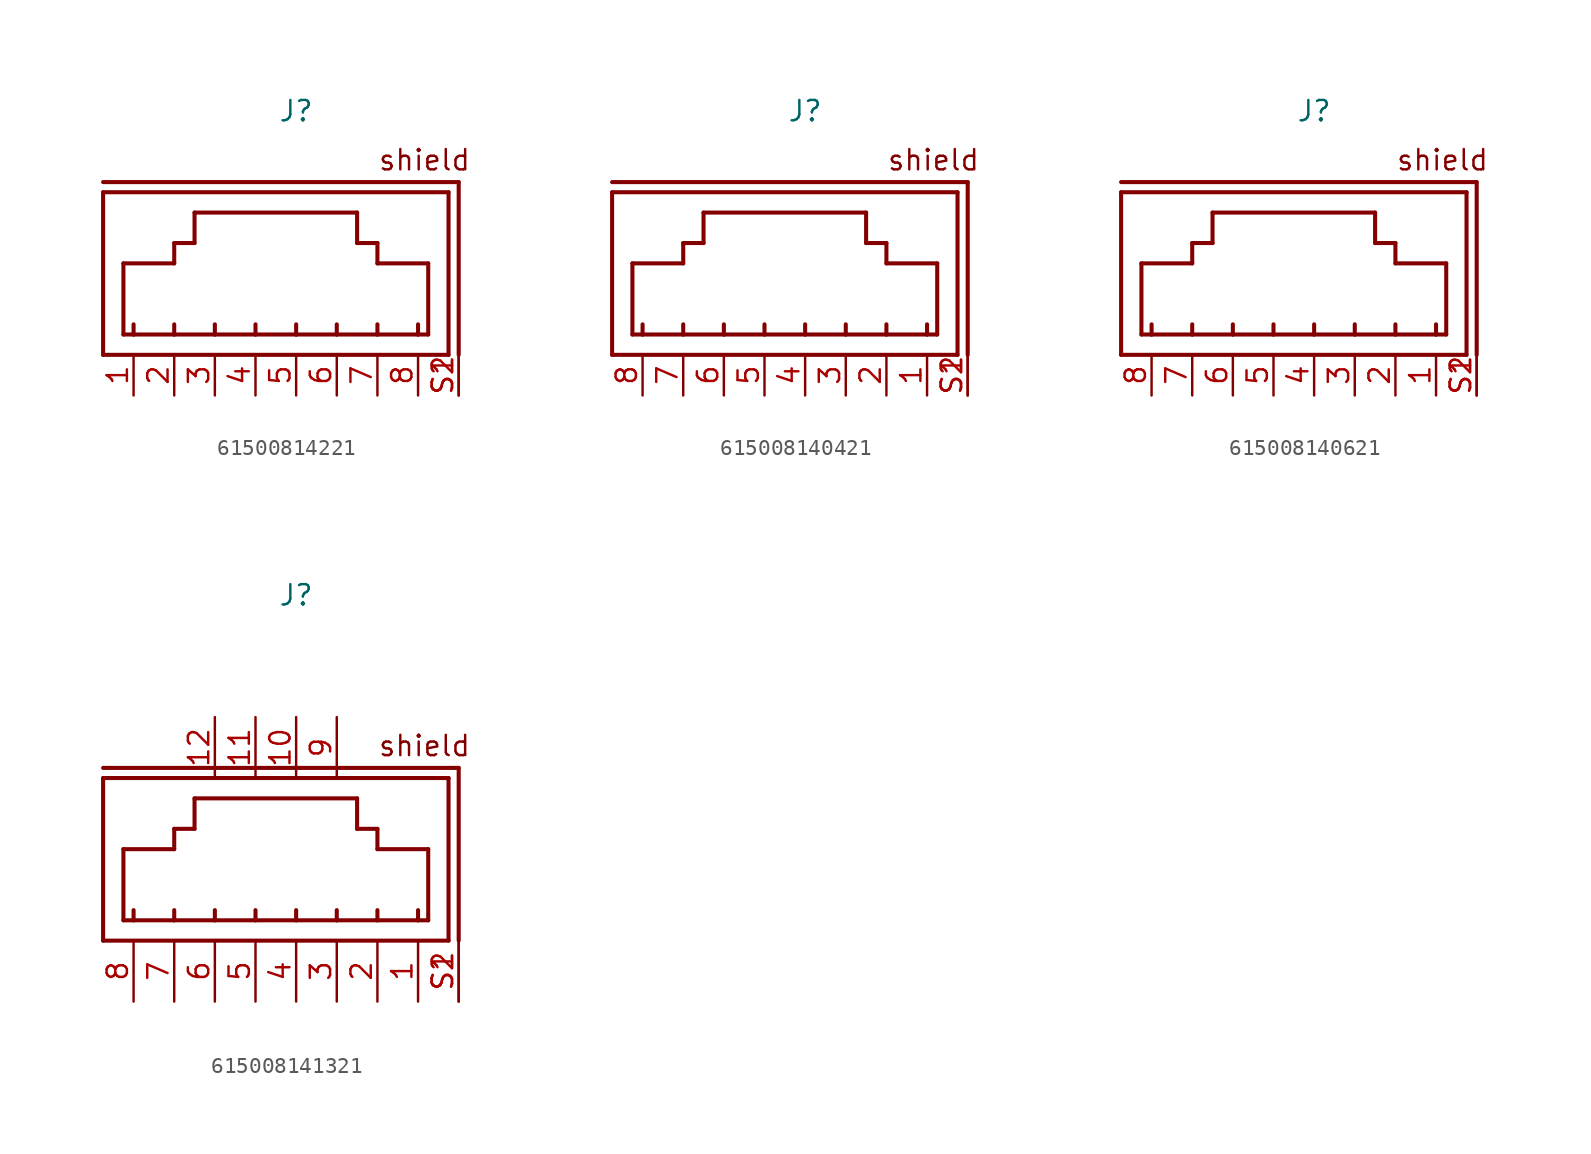
<source format=kicad_sym>
(kicad_symbol_lib
  (version 20241209)
  (generator "kicad_symbol_editor")
  (generator_version "9.0")
  (symbol "61500814221"
    (pin_names
      (hide yes))
    (property "Reference" "J"
      (at 0 10.16 0)
      (effects (font (size 1.27 1.27))))
    (symbol "61500814221_1_0"
      (polyline (pts (xy -12.065 5.715) (xy 10.16 5.715)) (stroke (width 0.254) (type solid)) (fill (type none)))
      (polyline (pts (xy -12.065 5.08) (xy 9.525 5.08)) (stroke (width 0.254) (type solid)) (fill (type none)))
      (polyline (pts (xy -12.065 -5.08) (xy -12.065 5.08)) (stroke (width 0.254) (type solid)) (fill (type none)))
      (polyline (pts (xy -10.795 0.635) (xy -7.62 0.635)) (stroke (width 0.254) (type solid)) (fill (type none)))
      (polyline (pts (xy -10.795 -3.81) (xy -10.795 0.635)) (stroke (width 0.254) (type solid)) (fill (type none)))
      (polyline (pts (xy -10.16 -3.81) (xy -10.795 -3.81)) (stroke (width 0.254) (type solid)) (fill (type none)))
      (polyline (pts (xy -10.16 -3.81) (xy -10.16 -3.175)) (stroke (width 0.254) (type solid)) (fill (type none)))
      (polyline (pts (xy -7.62 1.905) (xy -6.35 1.905)) (stroke (width 0.254) (type solid)) (fill (type none)))
      (polyline (pts (xy -7.62 0.635) (xy -7.62 1.905)) (stroke (width 0.254) (type solid)) (fill (type none)))
      (polyline (pts (xy -7.62 -3.81) (xy -10.16 -3.81)) (stroke (width 0.254) (type solid)) (fill (type none)))
      (polyline (pts (xy -7.62 -3.81) (xy -7.62 -3.175)) (stroke (width 0.254) (type solid)) (fill (type none)))
      (polyline (pts (xy -6.35 3.81) (xy 3.81 3.81)) (stroke (width 0.254) (type solid)) (fill (type none)))
      (polyline (pts (xy -6.35 1.905) (xy -6.35 3.81)) (stroke (width 0.254) (type solid)) (fill (type none)))
      (polyline (pts (xy -5.08 -3.81) (xy -7.62 -3.81)) (stroke (width 0.254) (type solid)) (fill (type none)))
      (polyline (pts (xy -5.08 -3.81) (xy -5.08 -3.175)) (stroke (width 0.254) (type solid)) (fill (type none)))
      (polyline (pts (xy -2.54 -3.81) (xy -5.08 -3.81)) (stroke (width 0.254) (type solid)) (fill (type none)))
      (polyline (pts (xy -2.54 -3.81) (xy -2.54 -3.175)) (stroke (width 0.254) (type solid)) (fill (type none)))
      (polyline (pts (xy 0 -3.81) (xy -2.54 -3.81)) (stroke (width 0.254) (type solid)) (fill (type none)))
      (polyline (pts (xy 0 -3.81) (xy 0 -3.175)) (stroke (width 0.254) (type solid)) (fill (type none)))
      (polyline (pts (xy 2.54 -3.81) (xy 0 -3.81)) (stroke (width 0.254) (type solid)) (fill (type none)))
      (polyline (pts (xy 2.54 -3.81) (xy 2.54 -3.175)) (stroke (width 0.254) (type solid)) (fill (type none)))
      (polyline (pts (xy 3.81 1.905) (xy 3.81 3.81)) (stroke (width 0.254) (type solid)) (fill (type none)))
      (polyline (pts (xy 5.08 1.905) (xy 3.81 1.905)) (stroke (width 0.254) (type solid)) (fill (type none)))
      (polyline (pts (xy 5.08 0.635) (xy 5.08 1.905)) (stroke (width 0.254) (type solid)) (fill (type none)))
      (polyline (pts (xy 5.08 -3.81) (xy 2.54 -3.81)) (stroke (width 0.254) (type solid)) (fill (type none)))
      (polyline (pts (xy 5.08 -3.81) (xy 5.08 -3.175)) (stroke (width 0.254) (type solid)) (fill (type none)))
      (polyline (pts (xy 7.62 -3.81) (xy 5.08 -3.81)) (stroke (width 0.254) (type solid)) (fill (type none)))
      (polyline (pts (xy 7.62 -3.81) (xy 7.62 -3.175)) (stroke (width 0.254) (type solid)) (fill (type none)))
      (polyline (pts (xy 8.255 0.635) (xy 5.08 0.635)) (stroke (width 0.254) (type solid)) (fill (type none)))
      (polyline (pts (xy 8.255 0.635) (xy 8.255 -3.81)) (stroke (width 0.254) (type solid)) (fill (type none)))
      (polyline (pts (xy 8.255 -3.81) (xy 7.62 -3.81)) (stroke (width 0.254) (type solid)) (fill (type none)))
      (polyline (pts (xy 9.525 5.08) (xy 9.525 -5.08)) (stroke (width 0.254) (type solid)) (fill (type none)))
      (polyline (pts (xy 9.525 -5.08) (xy -12.065 -5.08)) (stroke (width 0.254) (type solid)) (fill (type none)))
      (polyline (pts (xy 10.16 5.715) (xy 10.16 -5.08)) (stroke (width 0.254) (type solid)) (fill (type none)))
      (pin passive line (at -10.16 -7.62 90) (length 2.54) (name "1" (effects (font (size 1.27 1.27)))) (number "1" (effects (font (size 1.27 1.27)))))
      (pin passive line (at -7.62 -7.62 90) (length 2.54) (name "2" (effects (font (size 1.27 1.27)))) (number "2" (effects (font (size 1.27 1.27)))))
      (pin passive line (at -5.08 -7.62 90) (length 2.54) (name "3" (effects (font (size 1.27 1.27)))) (number "3" (effects (font (size 1.27 1.27)))))
      (pin passive line (at -2.54 -7.62 90) (length 2.54) (name "4" (effects (font (size 1.27 1.27)))) (number "4" (effects (font (size 1.27 1.27)))))
      (pin passive line (at 0 -7.62 90) (length 2.54) (name "5" (effects (font (size 1.27 1.27)))) (number "5" (effects (font (size 1.27 1.27)))))
      (pin passive line (at 2.54 -7.62 90) (length 2.54) (name "6" (effects (font (size 1.27 1.27)))) (number "6" (effects (font (size 1.27 1.27)))))
      (pin passive line (at 5.08 -7.62 90) (length 2.54) (name "7" (effects (font (size 1.27 1.27)))) (number "7" (effects (font (size 1.27 1.27)))))
      (pin passive line (at 7.62 -7.62 90) (length 2.54) (name "8" (effects (font (size 1.27 1.27)))) (number "8" (effects (font (size 1.27 1.27)))))
      (pin passive line (at 10.16 -7.62 90) (length 2.54) (name "SHIELD" (effects (font (size 1.27 1.27)))) (number "S1" (effects (font (size 1.27 1.27)))))
      (pin passive line (at 10.16 -7.62 90) (length 2.54) (name "SHIELD" (effects (font (size 1.27 1.27)))) (number "S2" (effects (font (size 1.27 1.27))))))
    (symbol "61500814221_1_1"
      (text "shield" (at 5.08 6.35 0) (effects (font (size 1.27 1.27)) (justify left bottom)))))
  (symbol "615008140421"
    (pin_names
      (hide yes))
    (property "Reference" "J"
      (at 0 10.16 0)
      (effects (font (size 1.27 1.27))))
    (symbol "615008140421_1_0"
      (polyline (pts (xy -12.065 5.715) (xy 10.16 5.715)) (stroke (width 0.254) (type solid)) (fill (type none)))
      (polyline (pts (xy -12.065 5.08) (xy 9.525 5.08)) (stroke (width 0.254) (type solid)) (fill (type none)))
      (polyline (pts (xy -12.065 -5.08) (xy -12.065 5.08)) (stroke (width 0.254) (type solid)) (fill (type none)))
      (polyline (pts (xy -10.795 0.635) (xy -7.62 0.635)) (stroke (width 0.254) (type solid)) (fill (type none)))
      (polyline (pts (xy -10.795 -3.81) (xy -10.795 0.635)) (stroke (width 0.254) (type solid)) (fill (type none)))
      (polyline (pts (xy -10.16 -3.81) (xy -10.795 -3.81)) (stroke (width 0.254) (type solid)) (fill (type none)))
      (polyline (pts (xy -10.16 -3.81) (xy -10.16 -3.175)) (stroke (width 0.254) (type solid)) (fill (type none)))
      (polyline (pts (xy -7.62 1.905) (xy -6.35 1.905)) (stroke (width 0.254) (type solid)) (fill (type none)))
      (polyline (pts (xy -7.62 0.635) (xy -7.62 1.905)) (stroke (width 0.254) (type solid)) (fill (type none)))
      (polyline (pts (xy -7.62 -3.81) (xy -10.16 -3.81)) (stroke (width 0.254) (type solid)) (fill (type none)))
      (polyline (pts (xy -7.62 -3.81) (xy -7.62 -3.175)) (stroke (width 0.254) (type solid)) (fill (type none)))
      (polyline (pts (xy -6.35 3.81) (xy 3.81 3.81)) (stroke (width 0.254) (type solid)) (fill (type none)))
      (polyline (pts (xy -6.35 1.905) (xy -6.35 3.81)) (stroke (width 0.254) (type solid)) (fill (type none)))
      (polyline (pts (xy -5.08 -3.81) (xy -7.62 -3.81)) (stroke (width 0.254) (type solid)) (fill (type none)))
      (polyline (pts (xy -5.08 -3.81) (xy -5.08 -3.175)) (stroke (width 0.254) (type solid)) (fill (type none)))
      (polyline (pts (xy -2.54 -3.81) (xy -5.08 -3.81)) (stroke (width 0.254) (type solid)) (fill (type none)))
      (polyline (pts (xy -2.54 -3.81) (xy -2.54 -3.175)) (stroke (width 0.254) (type solid)) (fill (type none)))
      (polyline (pts (xy 0 -3.81) (xy -2.54 -3.81)) (stroke (width 0.254) (type solid)) (fill (type none)))
      (polyline (pts (xy 0 -3.81) (xy 0 -3.175)) (stroke (width 0.254) (type solid)) (fill (type none)))
      (polyline (pts (xy 2.54 -3.81) (xy 0 -3.81)) (stroke (width 0.254) (type solid)) (fill (type none)))
      (polyline (pts (xy 2.54 -3.81) (xy 2.54 -3.175)) (stroke (width 0.254) (type solid)) (fill (type none)))
      (polyline (pts (xy 3.81 1.905) (xy 3.81 3.81)) (stroke (width 0.254) (type solid)) (fill (type none)))
      (polyline (pts (xy 5.08 1.905) (xy 3.81 1.905)) (stroke (width 0.254) (type solid)) (fill (type none)))
      (polyline (pts (xy 5.08 0.635) (xy 5.08 1.905)) (stroke (width 0.254) (type solid)) (fill (type none)))
      (polyline (pts (xy 5.08 -3.81) (xy 2.54 -3.81)) (stroke (width 0.254) (type solid)) (fill (type none)))
      (polyline (pts (xy 5.08 -3.81) (xy 5.08 -3.175)) (stroke (width 0.254) (type solid)) (fill (type none)))
      (polyline (pts (xy 7.62 -3.81) (xy 5.08 -3.81)) (stroke (width 0.254) (type solid)) (fill (type none)))
      (polyline (pts (xy 7.62 -3.81) (xy 7.62 -3.175)) (stroke (width 0.254) (type solid)) (fill (type none)))
      (polyline (pts (xy 8.255 0.635) (xy 5.08 0.635)) (stroke (width 0.254) (type solid)) (fill (type none)))
      (polyline (pts (xy 8.255 0.635) (xy 8.255 -3.81)) (stroke (width 0.254) (type solid)) (fill (type none)))
      (polyline (pts (xy 8.255 -3.81) (xy 7.62 -3.81)) (stroke (width 0.254) (type solid)) (fill (type none)))
      (polyline (pts (xy 9.525 5.08) (xy 9.525 -5.08)) (stroke (width 0.254) (type solid)) (fill (type none)))
      (polyline (pts (xy 9.525 -5.08) (xy -12.065 -5.08)) (stroke (width 0.254) (type solid)) (fill (type none)))
      (polyline (pts (xy 10.16 5.715) (xy 10.16 -5.08)) (stroke (width 0.254) (type solid)) (fill (type none)))
      (pin passive line (at -10.16 -7.62 90) (length 2.54) (name "8" (effects (font (size 1.27 1.27)))) (number "8" (effects (font (size 1.27 1.27)))))
      (pin passive line (at -7.62 -7.62 90) (length 2.54) (name "7" (effects (font (size 1.27 1.27)))) (number "7" (effects (font (size 1.27 1.27)))))
      (pin passive line (at -5.08 -7.62 90) (length 2.54) (name "6" (effects (font (size 1.27 1.27)))) (number "6" (effects (font (size 1.27 1.27)))))
      (pin passive line (at -2.54 -7.62 90) (length 2.54) (name "5" (effects (font (size 1.27 1.27)))) (number "5" (effects (font (size 1.27 1.27)))))
      (pin passive line (at 0 -7.62 90) (length 2.54) (name "4" (effects (font (size 1.27 1.27)))) (number "4" (effects (font (size 1.27 1.27)))))
      (pin passive line (at 2.54 -7.62 90) (length 2.54) (name "3" (effects (font (size 1.27 1.27)))) (number "3" (effects (font (size 1.27 1.27)))))
      (pin passive line (at 5.08 -7.62 90) (length 2.54) (name "2" (effects (font (size 1.27 1.27)))) (number "2" (effects (font (size 1.27 1.27)))))
      (pin passive line (at 7.62 -7.62 90) (length 2.54) (name "1" (effects (font (size 1.27 1.27)))) (number "1" (effects (font (size 1.27 1.27)))))
      (pin passive line (at 10.16 -7.62 90) (length 2.54) (name "SHIELD" (effects (font (size 1.27 1.27)))) (number "S1" (effects (font (size 1.27 1.27)))))
      (pin passive line (at 10.16 -7.62 90) (length 2.54) (name "SHIELD" (effects (font (size 1.27 1.27)))) (number "S2" (effects (font (size 1.27 1.27))))))
    (symbol "615008140421_1_1"
      (text "shield" (at 5.08 6.35 0) (effects (font (size 1.27 1.27)) (justify left bottom)))))
  (symbol "615008140621"
    (pin_names
      (hide yes))
    (property "Reference" "J"
      (at 0 10.16 0)
      (effects (font (size 1.27 1.27))))
    (symbol "615008140621_1_0"
      (polyline (pts (xy -12.065 5.715) (xy 10.16 5.715)) (stroke (width 0.254) (type solid)) (fill (type none)))
      (polyline (pts (xy -12.065 5.08) (xy 9.525 5.08)) (stroke (width 0.254) (type solid)) (fill (type none)))
      (polyline (pts (xy -12.065 -5.08) (xy -12.065 5.08)) (stroke (width 0.254) (type solid)) (fill (type none)))
      (polyline (pts (xy -10.795 0.635) (xy -7.62 0.635)) (stroke (width 0.254) (type solid)) (fill (type none)))
      (polyline (pts (xy -10.795 -3.81) (xy -10.795 0.635)) (stroke (width 0.254) (type solid)) (fill (type none)))
      (polyline (pts (xy -10.16 -3.81) (xy -10.795 -3.81)) (stroke (width 0.254) (type solid)) (fill (type none)))
      (polyline (pts (xy -10.16 -3.81) (xy -10.16 -3.175)) (stroke (width 0.254) (type solid)) (fill (type none)))
      (polyline (pts (xy -7.62 1.905) (xy -6.35 1.905)) (stroke (width 0.254) (type solid)) (fill (type none)))
      (polyline (pts (xy -7.62 0.635) (xy -7.62 1.905)) (stroke (width 0.254) (type solid)) (fill (type none)))
      (polyline (pts (xy -7.62 -3.81) (xy -10.16 -3.81)) (stroke (width 0.254) (type solid)) (fill (type none)))
      (polyline (pts (xy -7.62 -3.81) (xy -7.62 -3.175)) (stroke (width 0.254) (type solid)) (fill (type none)))
      (polyline (pts (xy -6.35 3.81) (xy 3.81 3.81)) (stroke (width 0.254) (type solid)) (fill (type none)))
      (polyline (pts (xy -6.35 1.905) (xy -6.35 3.81)) (stroke (width 0.254) (type solid)) (fill (type none)))
      (polyline (pts (xy -5.08 -3.81) (xy -7.62 -3.81)) (stroke (width 0.254) (type solid)) (fill (type none)))
      (polyline (pts (xy -5.08 -3.81) (xy -5.08 -3.175)) (stroke (width 0.254) (type solid)) (fill (type none)))
      (polyline (pts (xy -2.54 -3.81) (xy -5.08 -3.81)) (stroke (width 0.254) (type solid)) (fill (type none)))
      (polyline (pts (xy -2.54 -3.81) (xy -2.54 -3.175)) (stroke (width 0.254) (type solid)) (fill (type none)))
      (polyline (pts (xy 0 -3.81) (xy -2.54 -3.81)) (stroke (width 0.254) (type solid)) (fill (type none)))
      (polyline (pts (xy 0 -3.81) (xy 0 -3.175)) (stroke (width 0.254) (type solid)) (fill (type none)))
      (polyline (pts (xy 2.54 -3.81) (xy 0 -3.81)) (stroke (width 0.254) (type solid)) (fill (type none)))
      (polyline (pts (xy 2.54 -3.81) (xy 2.54 -3.175)) (stroke (width 0.254) (type solid)) (fill (type none)))
      (polyline (pts (xy 3.81 1.905) (xy 3.81 3.81)) (stroke (width 0.254) (type solid)) (fill (type none)))
      (polyline (pts (xy 5.08 1.905) (xy 3.81 1.905)) (stroke (width 0.254) (type solid)) (fill (type none)))
      (polyline (pts (xy 5.08 0.635) (xy 5.08 1.905)) (stroke (width 0.254) (type solid)) (fill (type none)))
      (polyline (pts (xy 5.08 -3.81) (xy 2.54 -3.81)) (stroke (width 0.254) (type solid)) (fill (type none)))
      (polyline (pts (xy 5.08 -3.81) (xy 5.08 -3.175)) (stroke (width 0.254) (type solid)) (fill (type none)))
      (polyline (pts (xy 7.62 -3.81) (xy 5.08 -3.81)) (stroke (width 0.254) (type solid)) (fill (type none)))
      (polyline (pts (xy 7.62 -3.81) (xy 7.62 -3.175)) (stroke (width 0.254) (type solid)) (fill (type none)))
      (polyline (pts (xy 8.255 0.635) (xy 5.08 0.635)) (stroke (width 0.254) (type solid)) (fill (type none)))
      (polyline (pts (xy 8.255 0.635) (xy 8.255 -3.81)) (stroke (width 0.254) (type solid)) (fill (type none)))
      (polyline (pts (xy 8.255 -3.81) (xy 7.62 -3.81)) (stroke (width 0.254) (type solid)) (fill (type none)))
      (polyline (pts (xy 9.525 5.08) (xy 9.525 -5.08)) (stroke (width 0.254) (type solid)) (fill (type none)))
      (polyline (pts (xy 9.525 -5.08) (xy -12.065 -5.08)) (stroke (width 0.254) (type solid)) (fill (type none)))
      (polyline (pts (xy 10.16 5.715) (xy 10.16 -5.08)) (stroke (width 0.254) (type solid)) (fill (type none)))
      (pin passive line (at -10.16 -7.62 90) (length 2.54) (name "8" (effects (font (size 1.27 1.27)))) (number "8" (effects (font (size 1.27 1.27)))))
      (pin passive line (at -7.62 -7.62 90) (length 2.54) (name "7" (effects (font (size 1.27 1.27)))) (number "7" (effects (font (size 1.27 1.27)))))
      (pin passive line (at -5.08 -7.62 90) (length 2.54) (name "6" (effects (font (size 1.27 1.27)))) (number "6" (effects (font (size 1.27 1.27)))))
      (pin passive line (at -2.54 -7.62 90) (length 2.54) (name "5" (effects (font (size 1.27 1.27)))) (number "5" (effects (font (size 1.27 1.27)))))
      (pin passive line (at 0 -7.62 90) (length 2.54) (name "4" (effects (font (size 1.27 1.27)))) (number "4" (effects (font (size 1.27 1.27)))))
      (pin passive line (at 2.54 -7.62 90) (length 2.54) (name "3" (effects (font (size 1.27 1.27)))) (number "3" (effects (font (size 1.27 1.27)))))
      (pin passive line (at 5.08 -7.62 90) (length 2.54) (name "2" (effects (font (size 1.27 1.27)))) (number "2" (effects (font (size 1.27 1.27)))))
      (pin passive line (at 7.62 -7.62 90) (length 2.54) (name "1" (effects (font (size 1.27 1.27)))) (number "1" (effects (font (size 1.27 1.27)))))
      (pin passive line (at 10.16 -7.62 90) (length 2.54) (name "SHIELD" (effects (font (size 1.27 1.27)))) (number "S1" (effects (font (size 1.27 1.27)))))
      (pin passive line (at 10.16 -7.62 90) (length 2.54) (name "SHIELD" (effects (font (size 1.27 1.27)))) (number "S2" (effects (font (size 1.27 1.27))))))
    (symbol "615008140621_1_1"
      (text "shield" (at 5.08 6.35 0) (effects (font (size 1.27 1.27)) (justify left bottom)))))
  (symbol "615008141321"
    (pin_names
      (hide yes))
    (property "Reference" "J"
      (at 0 16.51 0)
      (effects (font (size 1.27 1.27))))
    (symbol "615008141321_1_0"
      (polyline (pts (xy -12.065 5.715) (xy 10.16 5.715)) (stroke (width 0.254) (type solid)) (fill (type none)))
      (polyline (pts (xy -12.065 5.08) (xy 9.525 5.08)) (stroke (width 0.254) (type solid)) (fill (type none)))
      (polyline (pts (xy -12.065 -5.08) (xy -12.065 5.08)) (stroke (width 0.254) (type solid)) (fill (type none)))
      (polyline (pts (xy -10.795 0.635) (xy -7.62 0.635)) (stroke (width 0.254) (type solid)) (fill (type none)))
      (polyline (pts (xy -10.795 -3.81) (xy -10.795 0.635)) (stroke (width 0.254) (type solid)) (fill (type none)))
      (polyline (pts (xy -10.16 -3.81) (xy -10.795 -3.81)) (stroke (width 0.254) (type solid)) (fill (type none)))
      (polyline (pts (xy -10.16 -3.81) (xy -10.16 -3.175)) (stroke (width 0.254) (type solid)) (fill (type none)))
      (polyline (pts (xy -7.62 1.905) (xy -6.35 1.905)) (stroke (width 0.254) (type solid)) (fill (type none)))
      (polyline (pts (xy -7.62 0.635) (xy -7.62 1.905)) (stroke (width 0.254) (type solid)) (fill (type none)))
      (polyline (pts (xy -7.62 -3.81) (xy -10.16 -3.81)) (stroke (width 0.254) (type solid)) (fill (type none)))
      (polyline (pts (xy -7.62 -3.81) (xy -7.62 -3.175)) (stroke (width 0.254) (type solid)) (fill (type none)))
      (polyline (pts (xy -6.35 3.81) (xy 3.81 3.81)) (stroke (width 0.254) (type solid)) (fill (type none)))
      (polyline (pts (xy -6.35 1.905) (xy -6.35 3.81)) (stroke (width 0.254) (type solid)) (fill (type none)))
      (polyline (pts (xy -5.08 -3.81) (xy -7.62 -3.81)) (stroke (width 0.254) (type solid)) (fill (type none)))
      (polyline (pts (xy -5.08 -3.81) (xy -5.08 -3.175)) (stroke (width 0.254) (type solid)) (fill (type none)))
      (polyline (pts (xy -2.54 -3.81) (xy -5.08 -3.81)) (stroke (width 0.254) (type solid)) (fill (type none)))
      (polyline (pts (xy -2.54 -3.81) (xy -2.54 -3.175)) (stroke (width 0.254) (type solid)) (fill (type none)))
      (polyline (pts (xy 0 -3.81) (xy -2.54 -3.81)) (stroke (width 0.254) (type solid)) (fill (type none)))
      (polyline (pts (xy 0 -3.81) (xy 0 -3.175)) (stroke (width 0.254) (type solid)) (fill (type none)))
      (polyline (pts (xy 2.54 -3.81) (xy 0 -3.81)) (stroke (width 0.254) (type solid)) (fill (type none)))
      (polyline (pts (xy 2.54 -3.81) (xy 2.54 -3.175)) (stroke (width 0.254) (type solid)) (fill (type none)))
      (polyline (pts (xy 3.81 1.905) (xy 3.81 3.81)) (stroke (width 0.254) (type solid)) (fill (type none)))
      (polyline (pts (xy 5.08 1.905) (xy 3.81 1.905)) (stroke (width 0.254) (type solid)) (fill (type none)))
      (polyline (pts (xy 5.08 0.635) (xy 5.08 1.905)) (stroke (width 0.254) (type solid)) (fill (type none)))
      (polyline (pts (xy 5.08 -3.81) (xy 2.54 -3.81)) (stroke (width 0.254) (type solid)) (fill (type none)))
      (polyline (pts (xy 5.08 -3.81) (xy 5.08 -3.175)) (stroke (width 0.254) (type solid)) (fill (type none)))
      (polyline (pts (xy 7.62 -3.81) (xy 5.08 -3.81)) (stroke (width 0.254) (type solid)) (fill (type none)))
      (polyline (pts (xy 7.62 -3.81) (xy 7.62 -3.175)) (stroke (width 0.254) (type solid)) (fill (type none)))
      (polyline (pts (xy 8.255 0.635) (xy 5.08 0.635)) (stroke (width 0.254) (type solid)) (fill (type none)))
      (polyline (pts (xy 8.255 0.635) (xy 8.255 -3.81)) (stroke (width 0.254) (type solid)) (fill (type none)))
      (polyline (pts (xy 8.255 -3.81) (xy 7.62 -3.81)) (stroke (width 0.254) (type solid)) (fill (type none)))
      (polyline (pts (xy 9.525 5.08) (xy 9.525 -5.08)) (stroke (width 0.254) (type solid)) (fill (type none)))
      (polyline (pts (xy 9.525 -5.08) (xy -12.065 -5.08)) (stroke (width 0.254) (type solid)) (fill (type none)))
      (polyline (pts (xy 10.16 5.715) (xy 10.16 -5.08)) (stroke (width 0.254) (type solid)) (fill (type none)))
      (text "shield" (at 5.08 6.35 0) (effects (font (size 1.27 1.27)) (justify left bottom)))
      (pin passive line (at -10.16 -8.89 90) (length 3.81) (name "8" (effects (font (size 1.27 1.27)))) (number "8" (effects (font (size 1.27 1.27)))))
      (pin passive line (at -7.62 -8.89 90) (length 3.81) (name "7" (effects (font (size 1.27 1.27)))) (number "7" (effects (font (size 1.27 1.27)))))
      (pin passive line (at -5.08 8.89 270) (length 3.81) (name "G+Y-_1" (effects (font (size 1.27 1.27)))) (number "12" (effects (font (size 1.27 1.27)))))
      (pin passive line (at -5.08 -8.89 90) (length 3.81) (name "6" (effects (font (size 1.27 1.27)))) (number "6" (effects (font (size 1.27 1.27)))))
      (pin passive line (at -2.54 8.89 270) (length 3.81) (name "G-Y+_1" (effects (font (size 1.27 1.27)))) (number "11" (effects (font (size 1.27 1.27)))))
      (pin passive line (at -2.54 -8.89 90) (length 3.81) (name "5" (effects (font (size 1.27 1.27)))) (number "5" (effects (font (size 1.27 1.27)))))
      (pin passive line (at 0 8.89 270) (length 3.81) (name "G+Y-_2" (effects (font (size 1.27 1.27)))) (number "10" (effects (font (size 1.27 1.27)))))
      (pin passive line (at 0 -8.89 90) (length 3.81) (name "4" (effects (font (size 1.27 1.27)))) (number "4" (effects (font (size 1.27 1.27)))))
      (pin passive line (at 2.54 8.89 270) (length 3.81) (name "G-Y+_2" (effects (font (size 1.27 1.27)))) (number "9" (effects (font (size 1.27 1.27)))))
      (pin passive line (at 2.54 -8.89 90) (length 3.81) (name "3" (effects (font (size 1.27 1.27)))) (number "3" (effects (font (size 1.27 1.27)))))
      (pin passive line (at 5.08 -8.89 90) (length 3.81) (name "2" (effects (font (size 1.27 1.27)))) (number "2" (effects (font (size 1.27 1.27)))))
      (pin passive line (at 7.62 -8.89 90) (length 3.81) (name "1" (effects (font (size 1.27 1.27)))) (number "1" (effects (font (size 1.27 1.27)))))
      (pin passive line (at 10.16 -8.89 90) (length 3.81) (name "SHIELD" (effects (font (size 1.27 1.27)))) (number "S1" (effects (font (size 1.27 1.27)))))
      (pin passive line (at 10.16 -8.89 90) (length 3.81) (name "SHIELD" (effects (font (size 1.27 1.27)))) (number "S2" (effects (font (size 1.27 1.27))))))))
</source>
